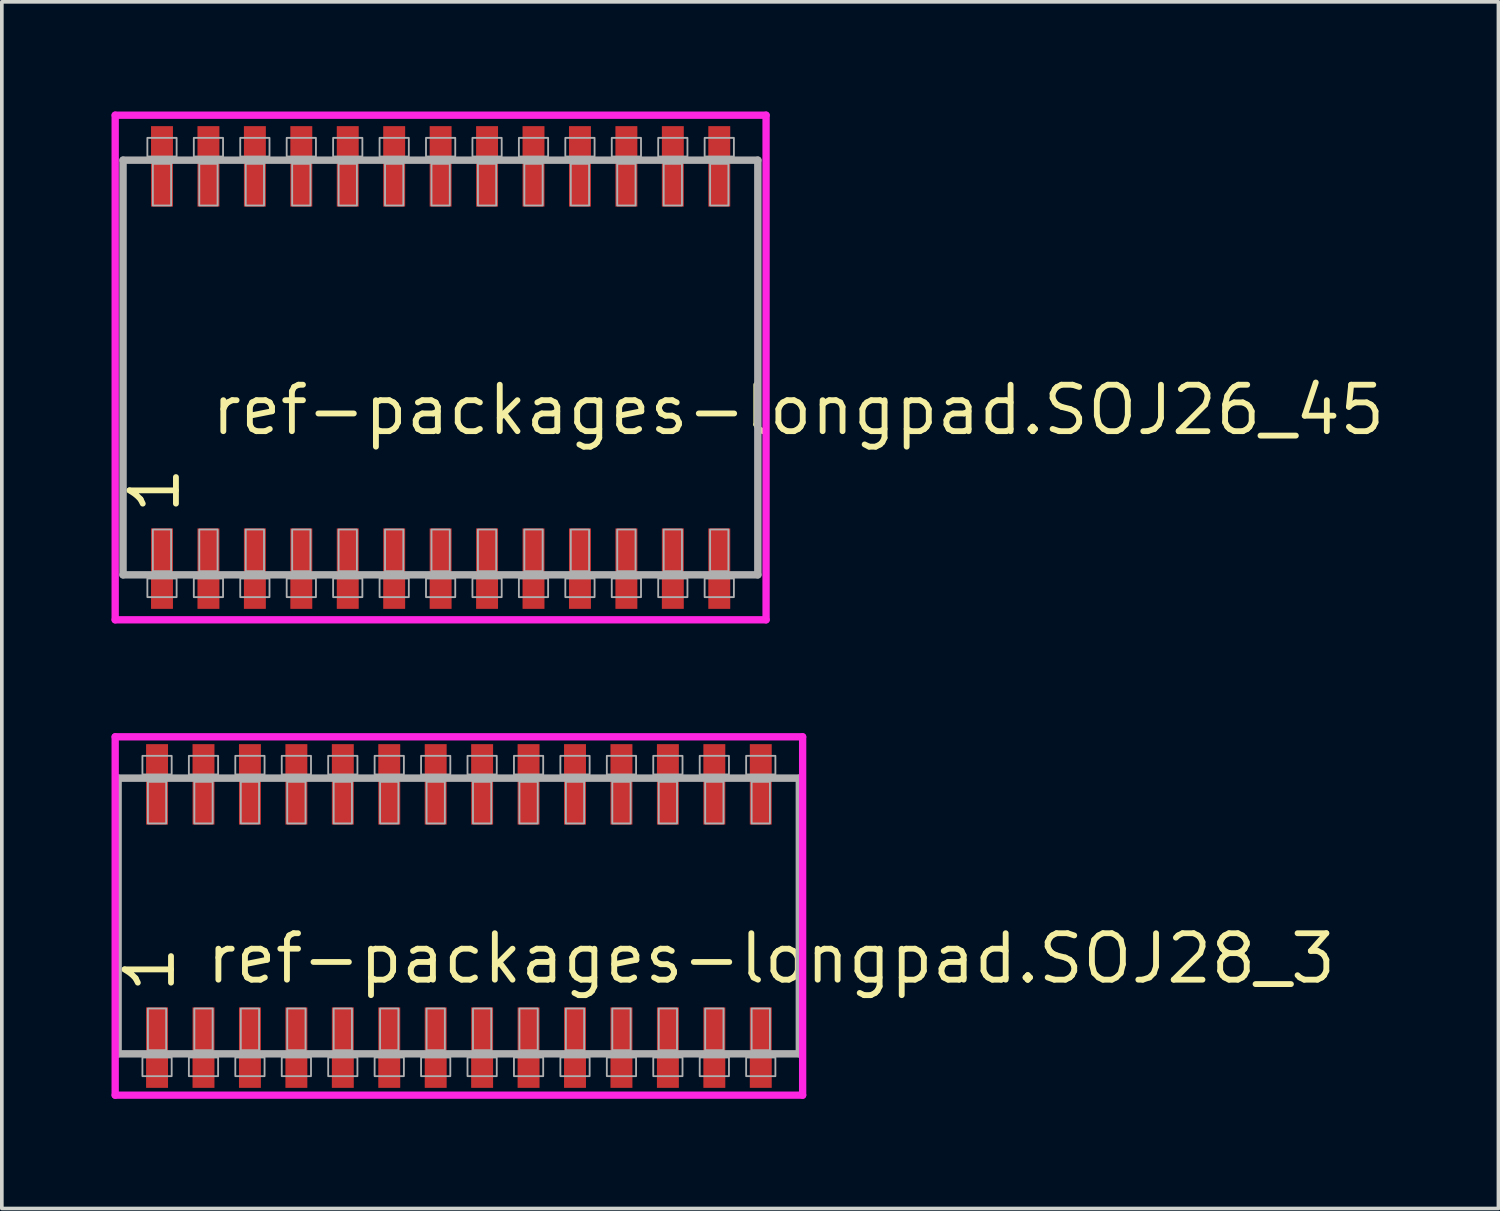
<source format=kicad_pcb>
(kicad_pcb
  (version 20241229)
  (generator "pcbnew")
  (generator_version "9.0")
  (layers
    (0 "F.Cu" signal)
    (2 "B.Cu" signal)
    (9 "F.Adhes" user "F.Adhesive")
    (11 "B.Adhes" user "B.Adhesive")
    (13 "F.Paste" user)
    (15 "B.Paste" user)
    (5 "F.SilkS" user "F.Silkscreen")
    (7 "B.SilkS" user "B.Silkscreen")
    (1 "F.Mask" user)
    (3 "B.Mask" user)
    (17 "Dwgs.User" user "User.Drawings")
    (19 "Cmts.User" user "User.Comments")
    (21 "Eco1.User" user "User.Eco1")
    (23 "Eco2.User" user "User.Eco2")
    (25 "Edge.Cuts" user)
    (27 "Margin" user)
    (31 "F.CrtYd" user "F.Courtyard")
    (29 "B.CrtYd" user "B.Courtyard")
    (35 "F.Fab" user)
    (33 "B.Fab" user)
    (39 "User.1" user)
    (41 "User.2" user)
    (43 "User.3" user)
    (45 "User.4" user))
  (footprint "ref-packages-longpad.SOJ28_3"
    (layer "F.Cu")
    (at 9.5 22)
    (property "Reference" "ref-packages-longpad.SOJ28_3" (at -6.985 1.905 0) (layer "F.SilkS") (effects (font (size 1.27 1.27) (thickness 0.16)) (justify left bottom)))
    (attr smd)
    (fp_line (start -9.4 -4.9) (end 9.4 -4.9) (stroke (width 0.2) (type default)) (layer "F.CrtYd"))
    (fp_line (start -9.4 4.9) (end -9.4 -4.9) (stroke (width 0.2) (type default)) (layer "F.CrtYd"))
    (fp_line (start 9.4 -4.9) (end 9.4 4.9) (stroke (width 0.2) (type default)) (layer "F.CrtYd"))
    (fp_line (start 9.4 4.9) (end -9.4 4.9) (stroke (width 0.2) (type default)) (layer "F.CrtYd"))
    (fp_line (start -9.32 -3.77) (end 9.31 -3.77) (stroke (width 0.203) (type default)) (layer "F.Fab"))
    (fp_line (start -9.32 3.77) (end -9.32 -3.77) (stroke (width 0.203) (type default)) (layer "F.Fab"))
    (fp_line (start 9.31 -3.77) (end 9.31 3.77) (stroke (width 0.203) (type default)) (layer "F.Fab"))
    (fp_line (start 9.31 3.77) (end -9.32 3.77) (stroke (width 0.203) (type default)) (layer "F.Fab"))
    (fp_rect (start -8.655 -3.87) (end -7.855 -4.38) (stroke (width 0.05) (type default)) (fill no) (layer "F.Fab"))
    (fp_rect (start -8.655 4.38) (end -7.855 3.87) (stroke (width 0.05) (type default)) (fill no) (layer "F.Fab"))
    (fp_rect (start -8.505 -2.53) (end -8.005 -3.67) (stroke (width 0.05) (type default)) (fill no) (layer "F.Fab"))
    (fp_rect (start -8.505 3.67) (end -8.005 2.53) (stroke (width 0.05) (type default)) (fill no) (layer "F.Fab"))
    (fp_rect (start -7.385 -3.87) (end -6.585 -4.38) (stroke (width 0.05) (type default)) (fill no) (layer "F.Fab"))
    (fp_rect (start -7.385 4.38) (end -6.585 3.87) (stroke (width 0.05) (type default)) (fill no) (layer "F.Fab"))
    (fp_rect (start -7.235 -2.53) (end -6.735 -3.67) (stroke (width 0.05) (type default)) (fill no) (layer "F.Fab"))
    (fp_rect (start -7.235 3.67) (end -6.735 2.53) (stroke (width 0.05) (type default)) (fill no) (layer "F.Fab"))
    (fp_rect (start -6.115 -3.87) (end -5.315 -4.38) (stroke (width 0.05) (type default)) (fill no) (layer "F.Fab"))
    (fp_rect (start -6.115 4.38) (end -5.315 3.87) (stroke (width 0.05) (type default)) (fill no) (layer "F.Fab"))
    (fp_rect (start -5.965 -2.53) (end -5.465 -3.67) (stroke (width 0.05) (type default)) (fill no) (layer "F.Fab"))
    (fp_rect (start -5.965 3.67) (end -5.465 2.53) (stroke (width 0.05) (type default)) (fill no) (layer "F.Fab"))
    (fp_rect (start -4.845 -3.87) (end -4.045 -4.38) (stroke (width 0.05) (type default)) (fill no) (layer "F.Fab"))
    (fp_rect (start -4.845 4.38) (end -4.045 3.87) (stroke (width 0.05) (type default)) (fill no) (layer "F.Fab"))
    (fp_rect (start -4.695 -2.53) (end -4.195 -3.67) (stroke (width 0.05) (type default)) (fill no) (layer "F.Fab"))
    (fp_rect (start -4.695 3.67) (end -4.195 2.53) (stroke (width 0.05) (type default)) (fill no) (layer "F.Fab"))
    (fp_rect (start -3.575 -3.87) (end -2.775 -4.38) (stroke (width 0.05) (type default)) (fill no) (layer "F.Fab"))
    (fp_rect (start -3.575 4.38) (end -2.775 3.87) (stroke (width 0.05) (type default)) (fill no) (layer "F.Fab"))
    (fp_rect (start -3.425 -2.53) (end -2.925 -3.67) (stroke (width 0.05) (type default)) (fill no) (layer "F.Fab"))
    (fp_rect (start -3.425 3.67) (end -2.925 2.53) (stroke (width 0.05) (type default)) (fill no) (layer "F.Fab"))
    (fp_rect (start -2.305 -3.87) (end -1.505 -4.38) (stroke (width 0.05) (type default)) (fill no) (layer "F.Fab"))
    (fp_rect (start -2.305 4.38) (end -1.505 3.87) (stroke (width 0.05) (type default)) (fill no) (layer "F.Fab"))
    (fp_rect (start -2.155 -2.53) (end -1.655 -3.67) (stroke (width 0.05) (type default)) (fill no) (layer "F.Fab"))
    (fp_rect (start -2.155 3.67) (end -1.655 2.53) (stroke (width 0.05) (type default)) (fill no) (layer "F.Fab"))
    (fp_rect (start -1.035 -3.87) (end -0.235 -4.38) (stroke (width 0.05) (type default)) (fill no) (layer "F.Fab"))
    (fp_rect (start -1.035 4.38) (end -0.235 3.87) (stroke (width 0.05) (type default)) (fill no) (layer "F.Fab"))
    (fp_rect (start -0.885 -2.53) (end -0.385 -3.67) (stroke (width 0.05) (type default)) (fill no) (layer "F.Fab"))
    (fp_rect (start -0.885 3.67) (end -0.385 2.53) (stroke (width 0.05) (type default)) (fill no) (layer "F.Fab"))
    (fp_rect (start 0.235 -3.87) (end 1.035 -4.38) (stroke (width 0.05) (type default)) (fill no) (layer "F.Fab"))
    (fp_rect (start 0.235 4.38) (end 1.035 3.87) (stroke (width 0.05) (type default)) (fill no) (layer "F.Fab"))
    (fp_rect (start 0.385 -2.53) (end 0.885 -3.67) (stroke (width 0.05) (type default)) (fill no) (layer "F.Fab"))
    (fp_rect (start 0.385 3.67) (end 0.885 2.53) (stroke (width 0.05) (type default)) (fill no) (layer "F.Fab"))
    (fp_rect (start 1.505 -3.87) (end 2.305 -4.38) (stroke (width 0.05) (type default)) (fill no) (layer "F.Fab"))
    (fp_rect (start 1.505 4.38) (end 2.305 3.87) (stroke (width 0.05) (type default)) (fill no) (layer "F.Fab"))
    (fp_rect (start 1.655 -2.53) (end 2.155 -3.67) (stroke (width 0.05) (type default)) (fill no) (layer "F.Fab"))
    (fp_rect (start 1.655 3.67) (end 2.155 2.53) (stroke (width 0.05) (type default)) (fill no) (layer "F.Fab"))
    (fp_rect (start 2.775 -3.87) (end 3.575 -4.38) (stroke (width 0.05) (type default)) (fill no) (layer "F.Fab"))
    (fp_rect (start 2.775 4.38) (end 3.575 3.87) (stroke (width 0.05) (type default)) (fill no) (layer "F.Fab"))
    (fp_rect (start 2.925 -2.53) (end 3.425 -3.67) (stroke (width 0.05) (type default)) (fill no) (layer "F.Fab"))
    (fp_rect (start 2.925 3.67) (end 3.425 2.53) (stroke (width 0.05) (type default)) (fill no) (layer "F.Fab"))
    (fp_rect (start 4.045 -3.87) (end 4.845 -4.38) (stroke (width 0.05) (type default)) (fill no) (layer "F.Fab"))
    (fp_rect (start 4.045 4.38) (end 4.845 3.87) (stroke (width 0.05) (type default)) (fill no) (layer "F.Fab"))
    (fp_rect (start 4.195 -2.53) (end 4.695 -3.67) (stroke (width 0.05) (type default)) (fill no) (layer "F.Fab"))
    (fp_rect (start 4.195 3.67) (end 4.695 2.53) (stroke (width 0.05) (type default)) (fill no) (layer "F.Fab"))
    (fp_rect (start 5.315 -3.87) (end 6.115 -4.38) (stroke (width 0.05) (type default)) (fill no) (layer "F.Fab"))
    (fp_rect (start 5.315 4.38) (end 6.115 3.87) (stroke (width 0.05) (type default)) (fill no) (layer "F.Fab"))
    (fp_rect (start 5.465 -2.53) (end 5.965 -3.67) (stroke (width 0.05) (type default)) (fill no) (layer "F.Fab"))
    (fp_rect (start 5.465 3.67) (end 5.965 2.53) (stroke (width 0.05) (type default)) (fill no) (layer "F.Fab"))
    (fp_rect (start 6.585 -3.87) (end 7.385 -4.38) (stroke (width 0.05) (type default)) (fill no) (layer "F.Fab"))
    (fp_rect (start 6.585 4.38) (end 7.385 3.87) (stroke (width 0.05) (type default)) (fill no) (layer "F.Fab"))
    (fp_rect (start 6.735 -2.53) (end 7.235 -3.67) (stroke (width 0.05) (type default)) (fill no) (layer "F.Fab"))
    (fp_rect (start 6.735 3.67) (end 7.235 2.53) (stroke (width 0.05) (type default)) (fill no) (layer "F.Fab"))
    (fp_rect (start 7.855 -3.87) (end 8.655 -4.38) (stroke (width 0.05) (type default)) (fill no) (layer "F.Fab"))
    (fp_rect (start 7.855 4.38) (end 8.655 3.87) (stroke (width 0.05) (type default)) (fill no) (layer "F.Fab"))
    (fp_rect (start 8.005 -2.53) (end 8.505 -3.67) (stroke (width 0.05) (type default)) (fill no) (layer "F.Fab"))
    (fp_rect (start 8.005 3.67) (end 8.505 2.53) (stroke (width 0.05) (type default)) (fill no) (layer "F.Fab"))
    (fp_text user "1" (at -7.71 2.17 90) (layer "F.SilkS") (effects (font (size 1.27 1.27) (thickness 0.16)) (justify left bottom)))
    (pad "1" smd roundrect (at -8.255 3.6) (size 0.6 2.2) (layers "F.Cu" "F.Mask" "F.Paste") (roundrect_rratio 0.01))
    (pad "2" smd roundrect (at -6.985 3.6) (size 0.6 2.2) (layers "F.Cu" "F.Mask" "F.Paste") (roundrect_rratio 0.01))
    (pad "3" smd roundrect (at -5.715 3.6) (size 0.6 2.2) (layers "F.Cu" "F.Mask" "F.Paste") (roundrect_rratio 0.01))
    (pad "4" smd roundrect (at -4.445 3.6) (size 0.6 2.2) (layers "F.Cu" "F.Mask" "F.Paste") (roundrect_rratio 0.01))
    (pad "5" smd roundrect (at -3.175 3.6) (size 0.6 2.2) (layers "F.Cu" "F.Mask" "F.Paste") (roundrect_rratio 0.01))
    (pad "6" smd roundrect (at -1.905 3.6) (size 0.6 2.2) (layers "F.Cu" "F.Mask" "F.Paste") (roundrect_rratio 0.01))
    (pad "7" smd roundrect (at -0.635 3.6) (size 0.6 2.2) (layers "F.Cu" "F.Mask" "F.Paste") (roundrect_rratio 0.01))
    (pad "8" smd roundrect (at 0.635 3.6) (size 0.6 2.2) (layers "F.Cu" "F.Mask" "F.Paste") (roundrect_rratio 0.01))
    (pad "9" smd roundrect (at 1.905 3.6) (size 0.6 2.2) (layers "F.Cu" "F.Mask" "F.Paste") (roundrect_rratio 0.01))
    (pad "10" smd roundrect (at 3.175 3.6) (size 0.6 2.2) (layers "F.Cu" "F.Mask" "F.Paste") (roundrect_rratio 0.01))
    (pad "11" smd roundrect (at 4.445 3.6) (size 0.6 2.2) (layers "F.Cu" "F.Mask" "F.Paste") (roundrect_rratio 0.01))
    (pad "12" smd roundrect (at 5.715 3.6) (size 0.6 2.2) (layers "F.Cu" "F.Mask" "F.Paste") (roundrect_rratio 0.01))
    (pad "13" smd roundrect (at 6.985 3.6) (size 0.6 2.2) (layers "F.Cu" "F.Mask" "F.Paste") (roundrect_rratio 0.01))
    (pad "14" smd roundrect (at 8.255 3.6) (size 0.6 2.2) (layers "F.Cu" "F.Mask" "F.Paste") (roundrect_rratio 0.01))
    (pad "15" smd roundrect (at 8.255 -3.6) (size 0.6 2.2) (layers "F.Cu" "F.Mask" "F.Paste") (roundrect_rratio 0.01))
    (pad "16" smd roundrect (at 6.985 -3.6) (size 0.6 2.2) (layers "F.Cu" "F.Mask" "F.Paste") (roundrect_rratio 0.01))
    (pad "17" smd roundrect (at 5.715 -3.6) (size 0.6 2.2) (layers "F.Cu" "F.Mask" "F.Paste") (roundrect_rratio 0.01))
    (pad "18" smd roundrect (at 4.445 -3.6) (size 0.6 2.2) (layers "F.Cu" "F.Mask" "F.Paste") (roundrect_rratio 0.01))
    (pad "19" smd roundrect (at 3.175 -3.6) (size 0.6 2.2) (layers "F.Cu" "F.Mask" "F.Paste") (roundrect_rratio 0.01))
    (pad "20" smd roundrect (at 1.905 -3.6) (size 0.6 2.2) (layers "F.Cu" "F.Mask" "F.Paste") (roundrect_rratio 0.01))
    (pad "21" smd roundrect (at 0.635 -3.6) (size 0.6 2.2) (layers "F.Cu" "F.Mask" "F.Paste") (roundrect_rratio 0.01))
    (pad "22" smd roundrect (at -0.635 -3.6) (size 0.6 2.2) (layers "F.Cu" "F.Mask" "F.Paste") (roundrect_rratio 0.01))
    (pad "23" smd roundrect (at -1.905 -3.6) (size 0.6 2.2) (layers "F.Cu" "F.Mask" "F.Paste") (roundrect_rratio 0.01))
    (pad "24" smd roundrect (at -3.175 -3.6) (size 0.6 2.2) (layers "F.Cu" "F.Mask" "F.Paste") (roundrect_rratio 0.01))
    (pad "25" smd roundrect (at -4.445 -3.6) (size 0.6 2.2) (layers "F.Cu" "F.Mask" "F.Paste") (roundrect_rratio 0.01))
    (pad "26" smd roundrect (at -5.715 -3.6) (size 0.6 2.2) (layers "F.Cu" "F.Mask" "F.Paste") (roundrect_rratio 0.01))
    (pad "27" smd roundrect (at -6.985 -3.6) (size 0.6 2.2) (layers "F.Cu" "F.Mask" "F.Paste") (roundrect_rratio 0.01))
    (pad "28" smd roundrect (at -8.255 -3.6) (size 0.6 2.2) (layers "F.Cu" "F.Mask" "F.Paste") (roundrect_rratio 0.01)))
  (footprint "ref-packages-longpad.SOJ26_45"
    (layer "F.Cu")
    (at 9 7)
    (property "Reference" "ref-packages-longpad.SOJ26_45" (at -6.35 1.905 0) (layer "F.SilkS") (effects (font (size 1.27 1.27) (thickness 0.16)) (justify left bottom)))
    (attr smd)
    (fp_line (start -8.9 -6.9) (end 8.9 -6.9) (stroke (width 0.2) (type default)) (layer "F.CrtYd"))
    (fp_line (start -8.9 6.9) (end -8.9 -6.9) (stroke (width 0.2) (type default)) (layer "F.CrtYd"))
    (fp_line (start 8.9 -6.9) (end 8.9 6.9) (stroke (width 0.2) (type default)) (layer "F.CrtYd"))
    (fp_line (start 8.9 6.9) (end -8.9 6.9) (stroke (width 0.2) (type default)) (layer "F.CrtYd"))
    (fp_line (start -8.685 -5.67) (end 8.675 -5.67) (stroke (width 0.203) (type default)) (layer "F.Fab"))
    (fp_line (start -8.685 5.67) (end -8.685 -5.67) (stroke (width 0.203) (type default)) (layer "F.Fab"))
    (fp_line (start 8.675 -5.67) (end 8.675 5.67) (stroke (width 0.203) (type default)) (layer "F.Fab"))
    (fp_line (start 8.675 5.67) (end -8.685 5.67) (stroke (width 0.203) (type default)) (layer "F.Fab"))
    (fp_rect (start -8.02 -5.77) (end -7.22 -6.28) (stroke (width 0.05) (type default)) (fill no) (layer "F.Fab"))
    (fp_rect (start -8.02 6.28) (end -7.22 5.77) (stroke (width 0.05) (type default)) (fill no) (layer "F.Fab"))
    (fp_rect (start -7.87 -4.43) (end -7.37 -5.57) (stroke (width 0.05) (type default)) (fill no) (layer "F.Fab"))
    (fp_rect (start -7.87 5.57) (end -7.37 4.43) (stroke (width 0.05) (type default)) (fill no) (layer "F.Fab"))
    (fp_rect (start -6.75 -5.77) (end -5.95 -6.28) (stroke (width 0.05) (type default)) (fill no) (layer "F.Fab"))
    (fp_rect (start -6.75 6.28) (end -5.95 5.77) (stroke (width 0.05) (type default)) (fill no) (layer "F.Fab"))
    (fp_rect (start -6.6 -4.43) (end -6.1 -5.57) (stroke (width 0.05) (type default)) (fill no) (layer "F.Fab"))
    (fp_rect (start -6.6 5.57) (end -6.1 4.43) (stroke (width 0.05) (type default)) (fill no) (layer "F.Fab"))
    (fp_rect (start -5.48 -5.77) (end -4.68 -6.28) (stroke (width 0.05) (type default)) (fill no) (layer "F.Fab"))
    (fp_rect (start -5.48 6.28) (end -4.68 5.77) (stroke (width 0.05) (type default)) (fill no) (layer "F.Fab"))
    (fp_rect (start -5.33 -4.43) (end -4.83 -5.57) (stroke (width 0.05) (type default)) (fill no) (layer "F.Fab"))
    (fp_rect (start -5.33 5.57) (end -4.83 4.43) (stroke (width 0.05) (type default)) (fill no) (layer "F.Fab"))
    (fp_rect (start -4.21 -5.77) (end -3.41 -6.28) (stroke (width 0.05) (type default)) (fill no) (layer "F.Fab"))
    (fp_rect (start -4.21 6.28) (end -3.41 5.77) (stroke (width 0.05) (type default)) (fill no) (layer "F.Fab"))
    (fp_rect (start -4.06 -4.43) (end -3.56 -5.57) (stroke (width 0.05) (type default)) (fill no) (layer "F.Fab"))
    (fp_rect (start -4.06 5.57) (end -3.56 4.43) (stroke (width 0.05) (type default)) (fill no) (layer "F.Fab"))
    (fp_rect (start -2.94 -5.77) (end -2.14 -6.28) (stroke (width 0.05) (type default)) (fill no) (layer "F.Fab"))
    (fp_rect (start -2.94 6.28) (end -2.14 5.77) (stroke (width 0.05) (type default)) (fill no) (layer "F.Fab"))
    (fp_rect (start -2.79 -4.43) (end -2.29 -5.57) (stroke (width 0.05) (type default)) (fill no) (layer "F.Fab"))
    (fp_rect (start -2.79 5.57) (end -2.29 4.43) (stroke (width 0.05) (type default)) (fill no) (layer "F.Fab"))
    (fp_rect (start -1.67 -5.77) (end -0.87 -6.28) (stroke (width 0.05) (type default)) (fill no) (layer "F.Fab"))
    (fp_rect (start -1.67 6.28) (end -0.87 5.77) (stroke (width 0.05) (type default)) (fill no) (layer "F.Fab"))
    (fp_rect (start -1.52 -4.43) (end -1.02 -5.57) (stroke (width 0.05) (type default)) (fill no) (layer "F.Fab"))
    (fp_rect (start -1.52 5.57) (end -1.02 4.43) (stroke (width 0.05) (type default)) (fill no) (layer "F.Fab"))
    (fp_rect (start -0.4 -5.77) (end 0.4 -6.28) (stroke (width 0.05) (type default)) (fill no) (layer "F.Fab"))
    (fp_rect (start -0.4 6.28) (end 0.4 5.77) (stroke (width 0.05) (type default)) (fill no) (layer "F.Fab"))
    (fp_rect (start -0.25 -4.43) (end 0.25 -5.57) (stroke (width 0.05) (type default)) (fill no) (layer "F.Fab"))
    (fp_rect (start -0.25 5.57) (end 0.25 4.43) (stroke (width 0.05) (type default)) (fill no) (layer "F.Fab"))
    (fp_rect (start 0.87 -5.77) (end 1.67 -6.28) (stroke (width 0.05) (type default)) (fill no) (layer "F.Fab"))
    (fp_rect (start 0.87 6.28) (end 1.67 5.77) (stroke (width 0.05) (type default)) (fill no) (layer "F.Fab"))
    (fp_rect (start 1.02 -4.43) (end 1.52 -5.57) (stroke (width 0.05) (type default)) (fill no) (layer "F.Fab"))
    (fp_rect (start 1.02 5.57) (end 1.52 4.43) (stroke (width 0.05) (type default)) (fill no) (layer "F.Fab"))
    (fp_rect (start 2.14 -5.77) (end 2.94 -6.28) (stroke (width 0.05) (type default)) (fill no) (layer "F.Fab"))
    (fp_rect (start 2.14 6.28) (end 2.94 5.77) (stroke (width 0.05) (type default)) (fill no) (layer "F.Fab"))
    (fp_rect (start 2.29 -4.43) (end 2.79 -5.57) (stroke (width 0.05) (type default)) (fill no) (layer "F.Fab"))
    (fp_rect (start 2.29 5.57) (end 2.79 4.43) (stroke (width 0.05) (type default)) (fill no) (layer "F.Fab"))
    (fp_rect (start 3.41 -5.77) (end 4.21 -6.28) (stroke (width 0.05) (type default)) (fill no) (layer "F.Fab"))
    (fp_rect (start 3.41 6.28) (end 4.21 5.77) (stroke (width 0.05) (type default)) (fill no) (layer "F.Fab"))
    (fp_rect (start 3.56 -4.43) (end 4.06 -5.57) (stroke (width 0.05) (type default)) (fill no) (layer "F.Fab"))
    (fp_rect (start 3.56 5.57) (end 4.06 4.43) (stroke (width 0.05) (type default)) (fill no) (layer "F.Fab"))
    (fp_rect (start 4.68 -5.77) (end 5.48 -6.28) (stroke (width 0.05) (type default)) (fill no) (layer "F.Fab"))
    (fp_rect (start 4.68 6.28) (end 5.48 5.77) (stroke (width 0.05) (type default)) (fill no) (layer "F.Fab"))
    (fp_rect (start 4.83 -4.43) (end 5.33 -5.57) (stroke (width 0.05) (type default)) (fill no) (layer "F.Fab"))
    (fp_rect (start 4.83 5.57) (end 5.33 4.43) (stroke (width 0.05) (type default)) (fill no) (layer "F.Fab"))
    (fp_rect (start 5.95 -5.77) (end 6.75 -6.28) (stroke (width 0.05) (type default)) (fill no) (layer "F.Fab"))
    (fp_rect (start 5.95 6.28) (end 6.75 5.77) (stroke (width 0.05) (type default)) (fill no) (layer "F.Fab"))
    (fp_rect (start 6.1 -4.43) (end 6.6 -5.57) (stroke (width 0.05) (type default)) (fill no) (layer "F.Fab"))
    (fp_rect (start 6.1 5.57) (end 6.6 4.43) (stroke (width 0.05) (type default)) (fill no) (layer "F.Fab"))
    (fp_rect (start 7.22 -5.77) (end 8.02 -6.28) (stroke (width 0.05) (type default)) (fill no) (layer "F.Fab"))
    (fp_rect (start 7.22 6.28) (end 8.02 5.77) (stroke (width 0.05) (type default)) (fill no) (layer "F.Fab"))
    (fp_rect (start 7.37 -4.43) (end 7.87 -5.57) (stroke (width 0.05) (type default)) (fill no) (layer "F.Fab"))
    (fp_rect (start 7.37 5.57) (end 7.87 4.43) (stroke (width 0.05) (type default)) (fill no) (layer "F.Fab"))
    (fp_text user "1" (at -7.075 4.07 90) (layer "F.SilkS") (effects (font (size 1.27 1.27) (thickness 0.16)) (justify left bottom)))
    (pad "1" smd roundrect (at -7.62 5.5) (size 0.6 2.2) (layers "F.Cu" "F.Mask" "F.Paste") (roundrect_rratio 0.01))
    (pad "2" smd roundrect (at -6.35 5.5) (size 0.6 2.2) (layers "F.Cu" "F.Mask" "F.Paste") (roundrect_rratio 0.01))
    (pad "3" smd roundrect (at -5.08 5.5) (size 0.6 2.2) (layers "F.Cu" "F.Mask" "F.Paste") (roundrect_rratio 0.01))
    (pad "4" smd roundrect (at -3.81 5.5) (size 0.6 2.2) (layers "F.Cu" "F.Mask" "F.Paste") (roundrect_rratio 0.01))
    (pad "5" smd roundrect (at -2.54 5.5) (size 0.6 2.2) (layers "F.Cu" "F.Mask" "F.Paste") (roundrect_rratio 0.01))
    (pad "6" smd roundrect (at -1.27 5.5) (size 0.6 2.2) (layers "F.Cu" "F.Mask" "F.Paste") (roundrect_rratio 0.01))
    (pad "7" smd roundrect (at 0 5.5) (size 0.6 2.2) (layers "F.Cu" "F.Mask" "F.Paste") (roundrect_rratio 0.01))
    (pad "8" smd roundrect (at 1.27 5.5) (size 0.6 2.2) (layers "F.Cu" "F.Mask" "F.Paste") (roundrect_rratio 0.01))
    (pad "9" smd roundrect (at 2.54 5.5) (size 0.6 2.2) (layers "F.Cu" "F.Mask" "F.Paste") (roundrect_rratio 0.01))
    (pad "10" smd roundrect (at 3.81 5.5) (size 0.6 2.2) (layers "F.Cu" "F.Mask" "F.Paste") (roundrect_rratio 0.01))
    (pad "11" smd roundrect (at 5.08 5.5) (size 0.6 2.2) (layers "F.Cu" "F.Mask" "F.Paste") (roundrect_rratio 0.01))
    (pad "12" smd roundrect (at 6.35 5.5) (size 0.6 2.2) (layers "F.Cu" "F.Mask" "F.Paste") (roundrect_rratio 0.01))
    (pad "13" smd roundrect (at 7.62 5.5) (size 0.6 2.2) (layers "F.Cu" "F.Mask" "F.Paste") (roundrect_rratio 0.01))
    (pad "14" smd roundrect (at 7.62 -5.5) (size 0.6 2.2) (layers "F.Cu" "F.Mask" "F.Paste") (roundrect_rratio 0.01))
    (pad "15" smd roundrect (at 6.35 -5.5) (size 0.6 2.2) (layers "F.Cu" "F.Mask" "F.Paste") (roundrect_rratio 0.01))
    (pad "16" smd roundrect (at 5.08 -5.5) (size 0.6 2.2) (layers "F.Cu" "F.Mask" "F.Paste") (roundrect_rratio 0.01))
    (pad "17" smd roundrect (at 3.81 -5.5) (size 0.6 2.2) (layers "F.Cu" "F.Mask" "F.Paste") (roundrect_rratio 0.01))
    (pad "18" smd roundrect (at 2.54 -5.5) (size 0.6 2.2) (layers "F.Cu" "F.Mask" "F.Paste") (roundrect_rratio 0.01))
    (pad "19" smd roundrect (at 1.27 -5.5) (size 0.6 2.2) (layers "F.Cu" "F.Mask" "F.Paste") (roundrect_rratio 0.01))
    (pad "20" smd roundrect (at 0 -5.5) (size 0.6 2.2) (layers "F.Cu" "F.Mask" "F.Paste") (roundrect_rratio 0.01))
    (pad "21" smd roundrect (at -1.27 -5.5) (size 0.6 2.2) (layers "F.Cu" "F.Mask" "F.Paste") (roundrect_rratio 0.01))
    (pad "22" smd roundrect (at -2.54 -5.5) (size 0.6 2.2) (layers "F.Cu" "F.Mask" "F.Paste") (roundrect_rratio 0.01))
    (pad "23" smd roundrect (at -3.81 -5.5) (size 0.6 2.2) (layers "F.Cu" "F.Mask" "F.Paste") (roundrect_rratio 0.01))
    (pad "24" smd roundrect (at -5.08 -5.5) (size 0.6 2.2) (layers "F.Cu" "F.Mask" "F.Paste") (roundrect_rratio 0.01))
    (pad "25" smd roundrect (at -6.35 -5.5) (size 0.6 2.2) (layers "F.Cu" "F.Mask" "F.Paste") (roundrect_rratio 0.01))
    (pad "26" smd roundrect (at -7.62 -5.5) (size 0.6 2.2) (layers "F.Cu" "F.Mask" "F.Paste") (roundrect_rratio 0.01)))
  (gr_rect
    (start -3 -3)
    (end 37.928 30)
    (stroke (width 0.1) (type default))
    (fill no)
    (layer "Edge.Cuts")))
</source>
